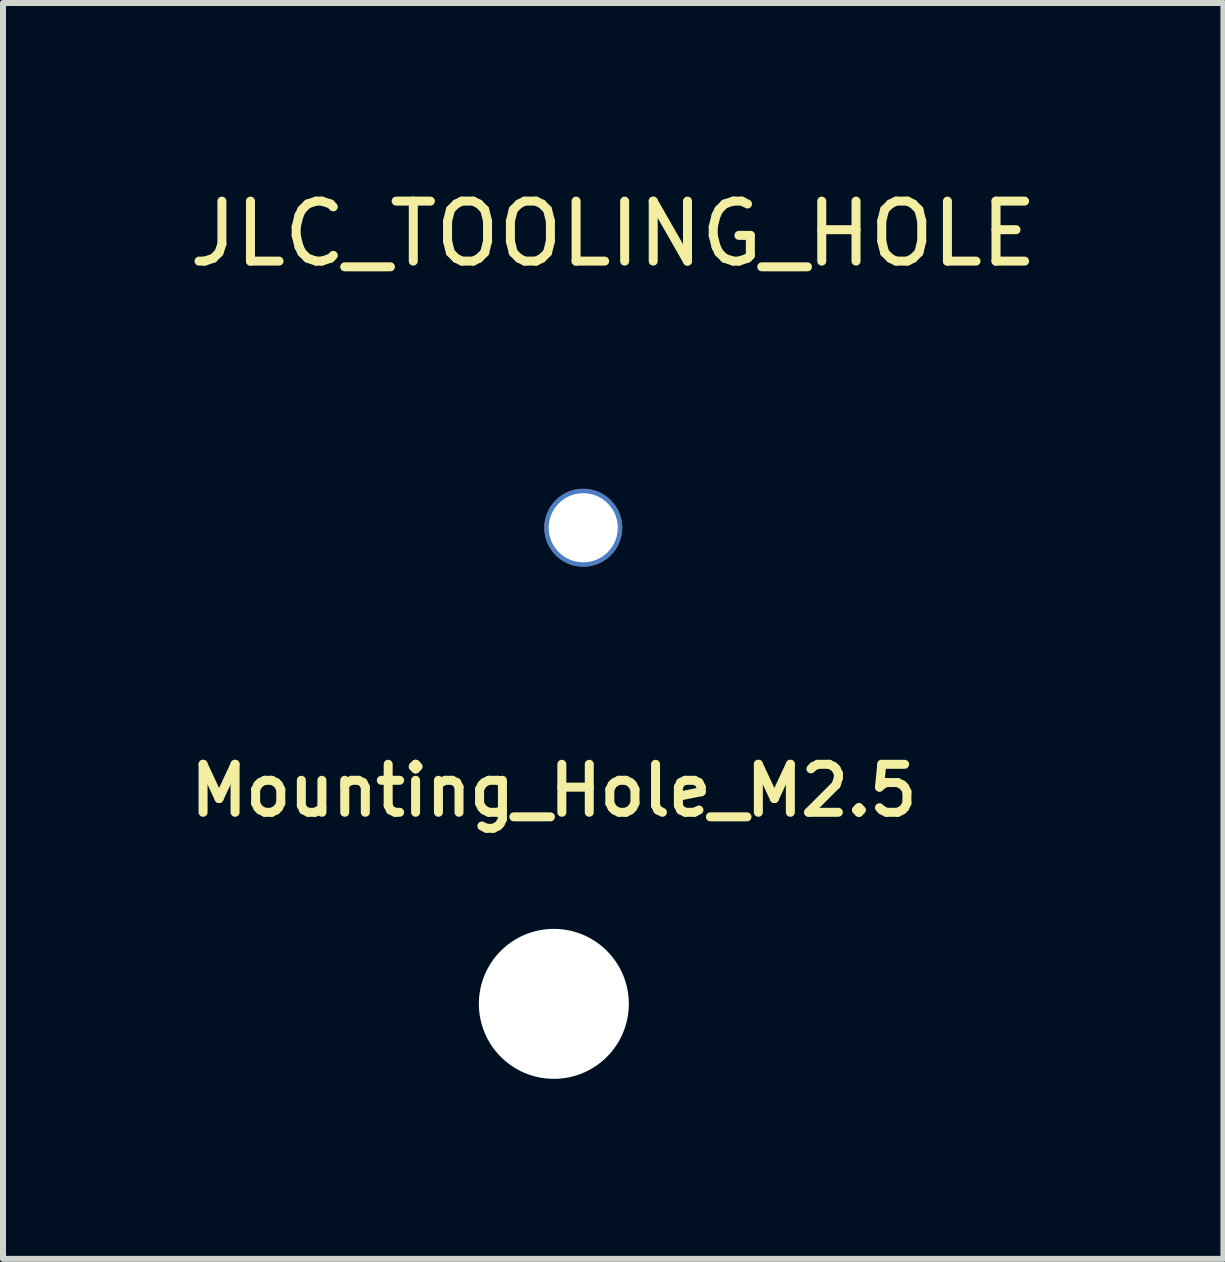
<source format=kicad_pcb>
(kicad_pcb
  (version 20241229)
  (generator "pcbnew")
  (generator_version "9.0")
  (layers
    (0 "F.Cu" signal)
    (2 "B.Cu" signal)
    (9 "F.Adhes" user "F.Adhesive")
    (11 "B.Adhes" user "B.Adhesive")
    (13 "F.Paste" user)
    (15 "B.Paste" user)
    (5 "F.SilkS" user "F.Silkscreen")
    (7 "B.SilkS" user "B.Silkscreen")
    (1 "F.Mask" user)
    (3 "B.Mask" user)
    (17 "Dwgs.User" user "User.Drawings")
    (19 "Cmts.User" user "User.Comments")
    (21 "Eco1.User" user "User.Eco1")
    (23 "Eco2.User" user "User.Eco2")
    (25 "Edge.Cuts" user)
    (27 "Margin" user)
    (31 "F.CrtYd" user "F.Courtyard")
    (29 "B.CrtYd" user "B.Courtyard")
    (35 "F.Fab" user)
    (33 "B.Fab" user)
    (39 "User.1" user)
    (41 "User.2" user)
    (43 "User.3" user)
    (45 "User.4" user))
  (footprint "Mounting_Hole_M2.5"
    (layer "F.Cu")
    (at 6.183 13.685)
    (property "Reference" "Mounting_Hole_M2.5" (at 0 -3.556 0) (layer "F.SilkS") (effects (font (size 0.8 0.8) (thickness 0.15))))
    (attr through_hole)
    (pad "" np_thru_hole circle (at 0 0) (size 2.5 2.5) (drill 2.5) (layers "*.Cu" "*.Mask")))
  (footprint "JLC_TOOLING_HOLE"
    (layer "F.Cu")
    (at 6.673 5.748)
    (property "Reference" "JLC_TOOLING_HOLE" (at 0.5 -4.9 0) (layer "F.SilkS") (effects (font (size 1 1) (thickness 0.15))))
    (attr through_hole)
    (pad "" np_thru_hole circle (at 0 0) (size 1.3 1.3) (drill 1.152) (layers "*.Cu" "*.Mask")))
  (gr_rect
    (start -3 -3)
    (end 17.345 17.936)
    (stroke (width 0.1) (type default))
    (fill no)
    (layer "Edge.Cuts")))
</source>
